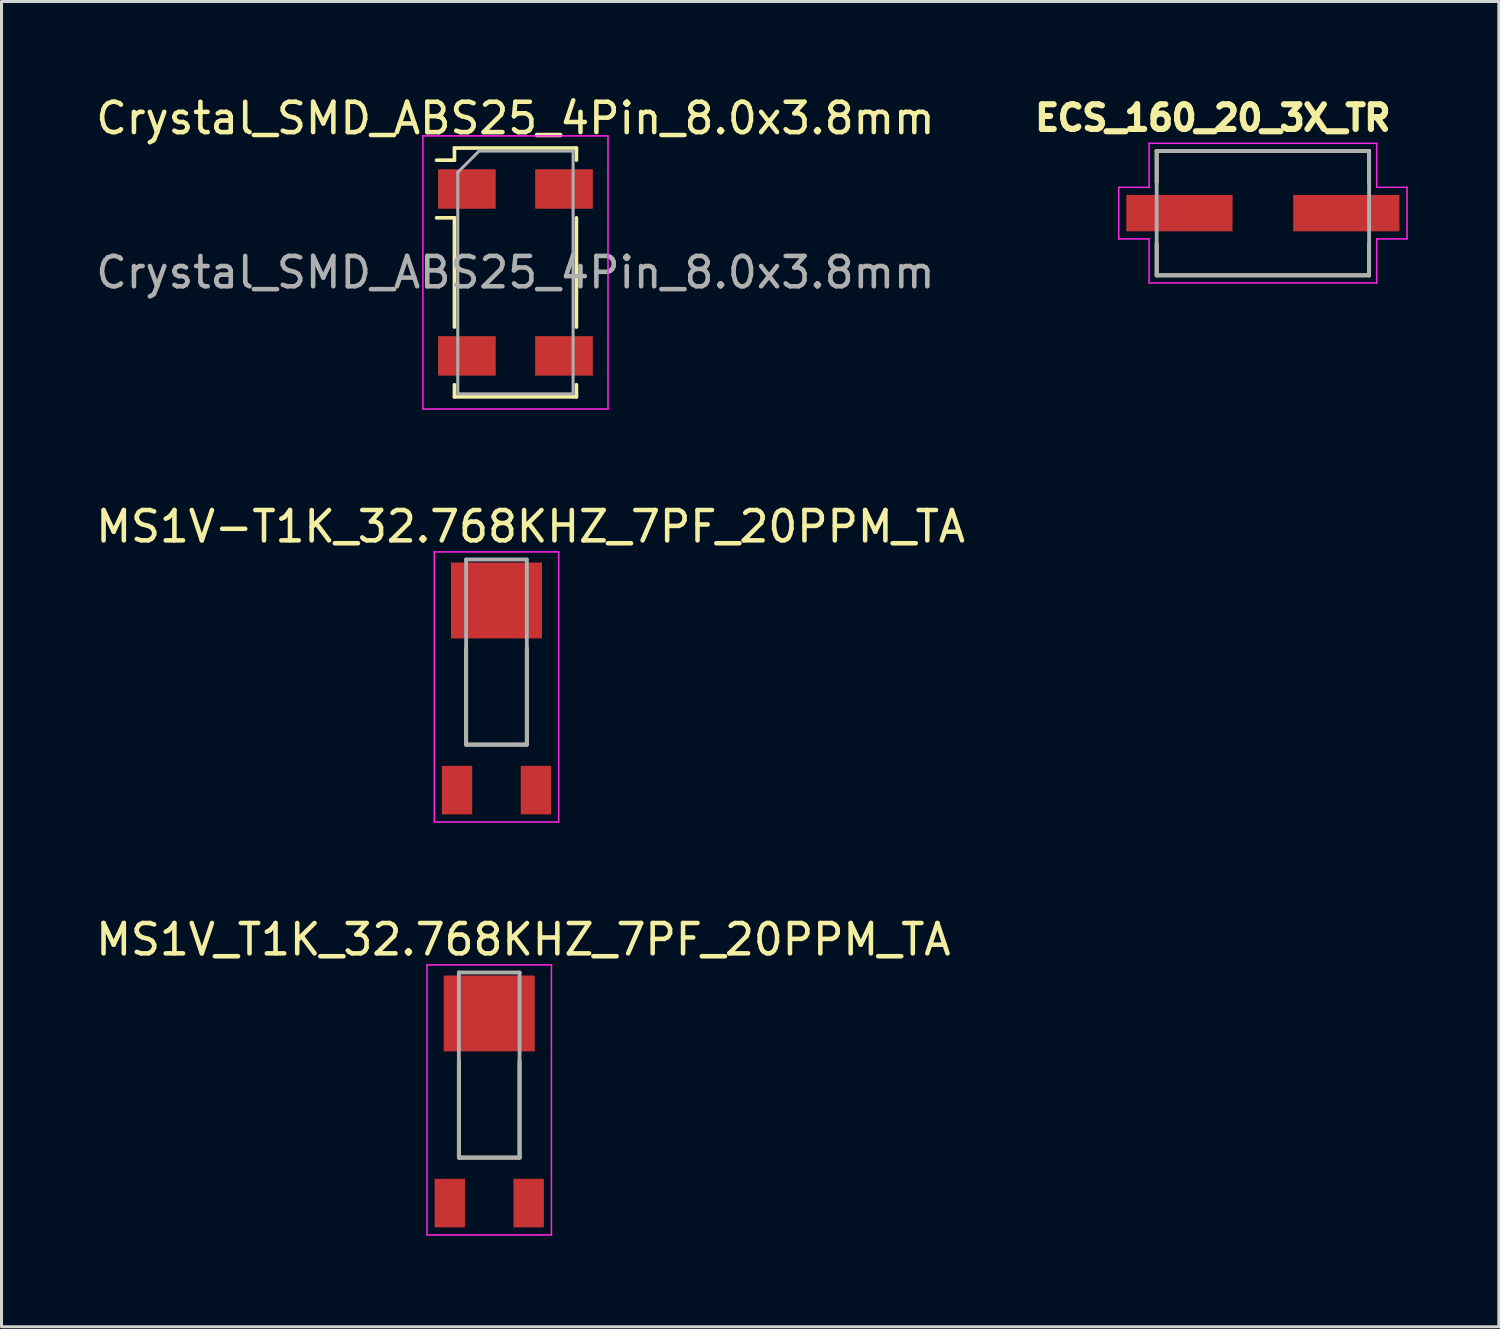
<source format=kicad_pcb>
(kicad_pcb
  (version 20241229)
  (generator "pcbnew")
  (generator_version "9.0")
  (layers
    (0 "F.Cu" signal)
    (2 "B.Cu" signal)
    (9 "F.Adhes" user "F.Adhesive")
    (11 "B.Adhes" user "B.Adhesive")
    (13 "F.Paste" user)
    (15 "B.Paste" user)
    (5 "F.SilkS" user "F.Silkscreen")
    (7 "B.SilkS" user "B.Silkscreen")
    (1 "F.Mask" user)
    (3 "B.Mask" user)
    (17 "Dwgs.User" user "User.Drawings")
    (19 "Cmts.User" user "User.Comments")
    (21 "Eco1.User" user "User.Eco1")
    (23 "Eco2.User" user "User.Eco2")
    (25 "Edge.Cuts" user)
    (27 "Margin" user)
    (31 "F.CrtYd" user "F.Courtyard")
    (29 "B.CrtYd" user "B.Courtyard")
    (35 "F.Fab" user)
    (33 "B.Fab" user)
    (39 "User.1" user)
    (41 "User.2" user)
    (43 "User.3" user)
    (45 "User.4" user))
  (footprint "Crystal_SMD_ABS25_4Pin_8.0x3.8mm"
    (layer "F.Cu")
    (at 13.935 5.928)
    (property "Reference" "Crystal_SMD_ABS25_4Pin_8.0x3.8mm" (at 0 -5.08 0) (layer "F.SilkS") (effects (font (size 1 1) (thickness 0.15))))
    (attr smd)
    (fp_line (start -2.6 -3.7) (end -2.01 -3.7) (stroke (width 0.12) (type solid)) (layer "F.SilkS"))
    (fp_line (start -2.01 -4.1) (end -2.01 -3.7) (stroke (width 0.12) (type solid)) (layer "F.SilkS"))
    (fp_line (start -2.01 -1.8) (end -2.6 -1.8) (stroke (width 0.12) (type solid)) (layer "F.SilkS"))
    (fp_line (start -2.01 -1.8) (end -2.01 1.8) (stroke (width 0.12) (type solid)) (layer "F.SilkS"))
    (fp_line (start -2.01 4.1) (end -2.01 3.7) (stroke (width 0.12) (type solid)) (layer "F.SilkS"))
    (fp_line (start 2.01 -4.1) (end -2.01 -4.1) (stroke (width 0.12) (type solid)) (layer "F.SilkS"))
    (fp_line (start 2.01 -4.1) (end 2.01 -3.7) (stroke (width 0.12) (type solid)) (layer "F.SilkS"))
    (fp_line (start 2.01 -1.8) (end 2.01 1.8) (stroke (width 0.12) (type solid)) (layer "F.SilkS"))
    (fp_line (start 2.01 4.1) (end -2.01 4.1) (stroke (width 0.12) (type solid)) (layer "F.SilkS"))
    (fp_line (start 2.01 4.1) (end 2.01 3.7) (stroke (width 0.12) (type solid)) (layer "F.SilkS"))
    (fp_line (start -3.05 -4.5) (end -3.05 4.5) (stroke (width 0.05) (type solid)) (layer "F.CrtYd"))
    (fp_line (start -3.05 4.5) (end 3.05 4.5) (stroke (width 0.05) (type solid)) (layer "F.CrtYd"))
    (fp_line (start 3.05 -4.5) (end -3.05 -4.5) (stroke (width 0.05) (type solid)) (layer "F.CrtYd"))
    (fp_line (start 3.05 4.5) (end 3.05 -4.5) (stroke (width 0.05) (type solid)) (layer "F.CrtYd"))
    (fp_line (start -1.9 -3.3) (end -1.2 -4) (stroke (width 0.1) (type solid)) (layer "F.Fab"))
    (fp_line (start -1.9 4) (end -1.9 -3.3) (stroke (width 0.1) (type solid)) (layer "F.Fab"))
    (fp_line (start -1.2 -4) (end 1.9 -4) (stroke (width 0.1) (type solid)) (layer "F.Fab"))
    (fp_line (start 1.9 -4) (end 1.9 4) (stroke (width 0.1) (type solid)) (layer "F.Fab"))
    (fp_line (start 1.9 4) (end -1.9 4) (stroke (width 0.1) (type solid)) (layer "F.Fab"))
    (fp_text user "${REFERENCE}" (at 0 0 0) (layer "F.Fab") (effects (font (size 1 1) (thickness 0.15))))
    (pad "1" smd rect (at -1.6 -2.75 270) (size 1.3 1.9) (layers "F.Cu" "F.Mask" "F.Paste"))
    (pad "2" smd rect (at -1.6 2.75 270) (size 1.3 1.9) (layers "F.Cu" "F.Mask" "F.Paste"))
    (pad "3" smd rect (at 1.6 2.75 270) (size 1.3 1.9) (layers "F.Cu" "F.Mask" "F.Paste"))
    (pad "4" smd rect (at 1.6 -2.75 270) (size 1.3 1.9) (layers "F.Cu" "F.Mask" "F.Paste")))
  (footprint "MS1V_T1K_32.768KHZ_7PF_20PPM_TA"
    (layer "F.Cu")
    (at 13.071 33.045)
    (property "Reference" "MS1V_T1K_32.768KHZ_7PF_20PPM_TA" (at 1.125 -5.135 0) (layer "F.SilkS") (effects (font (size 1 1) (thickness 0.15))))
    (attr smd)
    (fp_line (start -1 -1.13) (end -1 2.05) (stroke (width 0.127) (type solid)) (layer "F.SilkS"))
    (fp_line (start -1 2.05) (end 1 2.05) (stroke (width 0.127) (type solid)) (layer "F.SilkS"))
    (fp_line (start 1 2.05) (end 1 -1.13) (stroke (width 0.127) (type solid)) (layer "F.SilkS"))
    (fp_line (start -2.05 -4.3) (end -2.05 4.6) (stroke (width 0.05) (type solid)) (layer "F.CrtYd"))
    (fp_line (start -2.05 4.6) (end 2.05 4.6) (stroke (width 0.05) (type solid)) (layer "F.CrtYd"))
    (fp_line (start 2.05 -4.3) (end -2.05 -4.3) (stroke (width 0.05) (type solid)) (layer "F.CrtYd"))
    (fp_line (start 2.05 4.6) (end 2.05 -4.3) (stroke (width 0.05) (type solid)) (layer "F.CrtYd"))
    (fp_line (start -1 -4.05) (end -1 2.05) (stroke (width 0.127) (type solid)) (layer "F.Fab"))
    (fp_line (start -1 2.05) (end 1 2.05) (stroke (width 0.127) (type solid)) (layer "F.Fab"))
    (fp_line (start 1 -4.05) (end -1 -4.05) (stroke (width 0.127) (type solid)) (layer "F.Fab"))
    (fp_line (start 1 2.05) (end 1 -4.05) (stroke (width 0.127) (type solid)) (layer "F.Fab"))
    (pad "1" smd rect (at -1.3 3.55) (size 1 1.6) (layers "F.Cu" "F.Mask" "F.Paste"))
    (pad "2" smd rect (at 1.3 3.55) (size 1 1.6) (layers "F.Cu" "F.Mask" "F.Paste"))
    (pad "3" smd rect (at 0 -2.7) (size 3 2.5) (layers "F.Cu" "F.Mask" "F.Paste")))
  (footprint "ECS_160_20_3X_TR"
    (layer "F.Cu")
    (at 38.565 3.973)
    (property "Reference" "ECS_160_20_3X_TR" (at -1.648 -3.14 0) (layer "F.SilkS") (effects (font (size 0.813 0.813) (thickness 0.203))))
    (attr smd)
    (fp_line (start -3.5 -2.05) (end 3.5 -2.05) (stroke (width 0.127) (type solid)) (layer "F.SilkS"))
    (fp_line (start -3.5 -1.01) (end -3.5 -2.05) (stroke (width 0.127) (type solid)) (layer "F.SilkS"))
    (fp_line (start -3.5 2.05) (end -3.5 1.01) (stroke (width 0.127) (type solid)) (layer "F.SilkS"))
    (fp_line (start 3.5 -2.05) (end 3.5 -1.01) (stroke (width 0.127) (type solid)) (layer "F.SilkS"))
    (fp_line (start 3.5 1.01) (end 3.5 2.05) (stroke (width 0.127) (type solid)) (layer "F.SilkS"))
    (fp_line (start 3.5 2.05) (end -3.5 2.05) (stroke (width 0.127) (type solid)) (layer "F.SilkS"))
    (fp_line (start -4.75 -0.85) (end -4.75 0.85) (stroke (width 0.05) (type solid)) (layer "F.CrtYd"))
    (fp_line (start -4.75 0.85) (end -3.75 0.85) (stroke (width 0.05) (type solid)) (layer "F.CrtYd"))
    (fp_line (start -3.75 -2.3) (end -3.75 -0.85) (stroke (width 0.05) (type solid)) (layer "F.CrtYd"))
    (fp_line (start -3.75 -0.85) (end -4.75 -0.85) (stroke (width 0.05) (type solid)) (layer "F.CrtYd"))
    (fp_line (start -3.75 0.85) (end -3.75 2.3) (stroke (width 0.05) (type solid)) (layer "F.CrtYd"))
    (fp_line (start -3.75 2.3) (end 3.75 2.3) (stroke (width 0.05) (type solid)) (layer "F.CrtYd"))
    (fp_line (start 3.75 -2.3) (end -3.75 -2.3) (stroke (width 0.05) (type solid)) (layer "F.CrtYd"))
    (fp_line (start 3.75 -0.85) (end 3.75 -2.3) (stroke (width 0.05) (type solid)) (layer "F.CrtYd"))
    (fp_line (start 3.75 0.85) (end 4.75 0.85) (stroke (width 0.05) (type solid)) (layer "F.CrtYd"))
    (fp_line (start 3.75 2.3) (end 3.75 0.85) (stroke (width 0.05) (type solid)) (layer "F.CrtYd"))
    (fp_line (start 4.75 -0.85) (end 3.75 -0.85) (stroke (width 0.05) (type solid)) (layer "F.CrtYd"))
    (fp_line (start 4.75 0.85) (end 4.75 -0.85) (stroke (width 0.05) (type solid)) (layer "F.CrtYd"))
    (fp_line (start -3.5 -2.05) (end -3.5 2.05) (stroke (width 0.127) (type solid)) (layer "F.Fab"))
    (fp_line (start -3.5 2.05) (end 3.5 2.05) (stroke (width 0.127) (type solid)) (layer "F.Fab"))
    (fp_line (start 3.5 -2.05) (end -3.5 -2.05) (stroke (width 0.127) (type solid)) (layer "F.Fab"))
    (fp_line (start 3.5 2.05) (end 3.5 -2.05) (stroke (width 0.127) (type solid)) (layer "F.Fab"))
    (pad "1" smd rect (at -2.75 0) (size 3.5 1.2) (layers "F.Cu" "F.Mask" "F.Paste"))
    (pad "2" smd rect (at 2.75 0) (size 3.5 1.2) (layers "F.Cu" "F.Mask" "F.Paste")))
  (footprint "MS1V-T1K_32.768KHZ_7PF_20PPM_TA"
    (layer "F.Cu")
    (at 13.31 19.436)
    (property "Reference" "MS1V-T1K_32.768KHZ_7PF_20PPM_TA" (at 1.125 -5.135 0) (layer "F.SilkS") (effects (font (size 1 1) (thickness 0.15))))
    (attr smd)
    (fp_line (start -1 -1.13) (end -1 2.05) (stroke (width 0.127) (type solid)) (layer "F.SilkS"))
    (fp_line (start -1 2.05) (end 1 2.05) (stroke (width 0.127) (type solid)) (layer "F.SilkS"))
    (fp_line (start 1 2.05) (end 1 -1.13) (stroke (width 0.127) (type solid)) (layer "F.SilkS"))
    (fp_line (start -2.05 -4.3) (end -2.05 4.6) (stroke (width 0.05) (type solid)) (layer "F.CrtYd"))
    (fp_line (start -2.05 4.6) (end 2.05 4.6) (stroke (width 0.05) (type solid)) (layer "F.CrtYd"))
    (fp_line (start 2.05 -4.3) (end -2.05 -4.3) (stroke (width 0.05) (type solid)) (layer "F.CrtYd"))
    (fp_line (start 2.05 4.6) (end 2.05 -4.3) (stroke (width 0.05) (type solid)) (layer "F.CrtYd"))
    (fp_line (start -1 -4.05) (end -1 2.05) (stroke (width 0.127) (type solid)) (layer "F.Fab"))
    (fp_line (start -1 2.05) (end 1 2.05) (stroke (width 0.127) (type solid)) (layer "F.Fab"))
    (fp_line (start 1 -4.05) (end -1 -4.05) (stroke (width 0.127) (type solid)) (layer "F.Fab"))
    (fp_line (start 1 2.05) (end 1 -4.05) (stroke (width 0.127) (type solid)) (layer "F.Fab"))
    (pad "1" smd rect (at -1.3 3.55) (size 1 1.6) (layers "F.Cu" "F.Mask" "F.Paste"))
    (pad "2" smd rect (at 1.3 3.55) (size 1 1.6) (layers "F.Cu" "F.Mask" "F.Paste"))
    (pad "3" smd rect (at 0 -2.7) (size 3 2.5) (layers "F.Cu" "F.Mask" "F.Paste")))
  (gr_rect
    (start -3 -3)
    (end 46.34 40.67)
    (stroke (width 0.1) (type default))
    (fill no)
    (layer "Edge.Cuts")))
</source>
